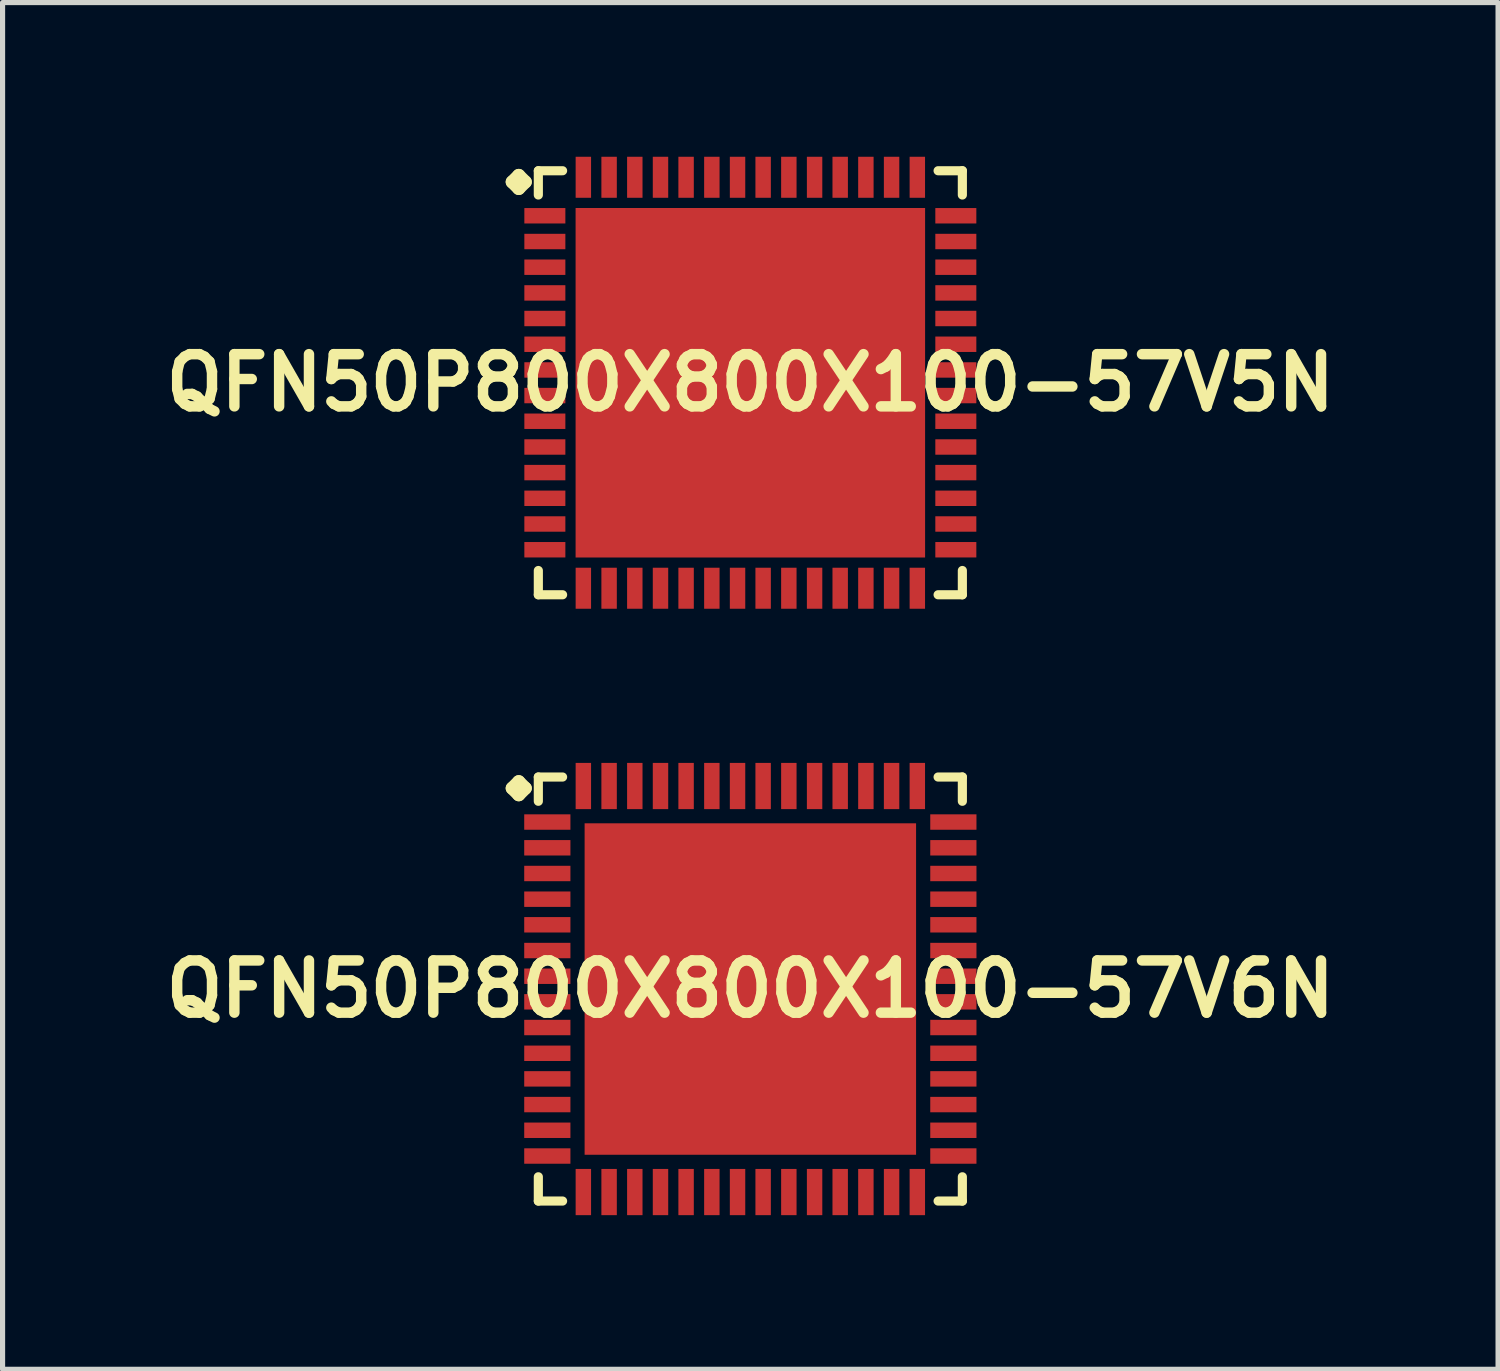
<source format=kicad_pcb>
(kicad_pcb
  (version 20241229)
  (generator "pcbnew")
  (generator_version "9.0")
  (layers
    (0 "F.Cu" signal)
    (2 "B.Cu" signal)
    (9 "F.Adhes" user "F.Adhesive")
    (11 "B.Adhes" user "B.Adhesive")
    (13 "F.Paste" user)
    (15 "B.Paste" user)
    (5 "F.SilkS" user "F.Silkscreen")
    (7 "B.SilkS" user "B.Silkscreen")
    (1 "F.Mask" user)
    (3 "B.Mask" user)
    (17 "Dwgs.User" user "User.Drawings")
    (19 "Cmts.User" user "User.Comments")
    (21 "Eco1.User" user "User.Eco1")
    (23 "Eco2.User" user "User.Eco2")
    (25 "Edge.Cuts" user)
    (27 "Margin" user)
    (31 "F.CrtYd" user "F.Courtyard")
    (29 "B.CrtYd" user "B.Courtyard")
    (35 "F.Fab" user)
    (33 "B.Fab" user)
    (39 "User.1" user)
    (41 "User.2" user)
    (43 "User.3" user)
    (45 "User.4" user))
  (footprint "QFN50P800X800X100-57V5N"
    (layer "F.Cu")
    (at 11.549 4.397)
    (property "Reference" "QFN50P800X800X100-57V5N" (at 0 0 0) (layer "F.SilkS") (effects (font (size 1.016 1.016) (thickness 0.203))))
    (attr smd)
    (fp_line (start -4.633 -3.907) (end -4.506 -4.034) (stroke (width 0.254) (type solid)) (layer "F.SilkS"))
    (fp_line (start -4.506 -4.034) (end -4.379 -3.907) (stroke (width 0.254) (type solid)) (layer "F.SilkS"))
    (fp_line (start -4.506 -3.78) (end -4.633 -3.907) (stroke (width 0.254) (type solid)) (layer "F.SilkS"))
    (fp_line (start -4.379 -3.907) (end -4.506 -3.78) (stroke (width 0.254) (type solid)) (layer "F.SilkS"))
    (fp_line (start -4.125 -4.125) (end -3.653 -4.125) (stroke (width 0.178) (type solid)) (layer "F.SilkS"))
    (fp_line (start -4.125 -3.653) (end -4.125 -4.125) (stroke (width 0.178) (type solid)) (layer "F.SilkS"))
    (fp_line (start -4.125 3.653) (end -4.125 4.125) (stroke (width 0.178) (type solid)) (layer "F.SilkS"))
    (fp_line (start -4.125 4.125) (end -3.653 4.125) (stroke (width 0.178) (type solid)) (layer "F.SilkS"))
    (fp_line (start 3.653 -4.125) (end 4.125 -4.125) (stroke (width 0.178) (type solid)) (layer "F.SilkS"))
    (fp_line (start 3.653 4.125) (end 4.125 4.125) (stroke (width 0.178) (type solid)) (layer "F.SilkS"))
    (fp_line (start 4.125 -4.125) (end 4.125 -3.653) (stroke (width 0.178) (type solid)) (layer "F.SilkS"))
    (fp_line (start 4.125 4.125) (end 4.125 3.653) (stroke (width 0.178) (type solid)) (layer "F.SilkS"))
    (pad "1" smd rect (at -3.998 -3.249) (size 0.798 0.3) (layers "F.Cu" "F.Mask" "F.Paste"))
    (pad "2" smd rect (at -3.998 -2.748) (size 0.798 0.3) (layers "F.Cu" "F.Mask" "F.Paste"))
    (pad "3" smd rect (at -3.998 -2.248) (size 0.798 0.3) (layers "F.Cu" "F.Mask" "F.Paste"))
    (pad "4" smd rect (at -3.998 -1.748) (size 0.798 0.3) (layers "F.Cu" "F.Mask" "F.Paste"))
    (pad "5" smd rect (at -3.998 -1.25) (size 0.798 0.3) (layers "F.Cu" "F.Mask" "F.Paste"))
    (pad "6" smd rect (at -3.998 -0.749) (size 0.798 0.3) (layers "F.Cu" "F.Mask" "F.Paste"))
    (pad "7" smd rect (at -3.998 -0.249) (size 0.798 0.3) (layers "F.Cu" "F.Mask" "F.Paste"))
    (pad "8" smd rect (at -3.998 0.249) (size 0.798 0.3) (layers "F.Cu" "F.Mask" "F.Paste"))
    (pad "9" smd rect (at -3.998 0.749) (size 0.798 0.3) (layers "F.Cu" "F.Mask" "F.Paste"))
    (pad "10" smd rect (at -3.998 1.25) (size 0.798 0.3) (layers "F.Cu" "F.Mask" "F.Paste"))
    (pad "11" smd rect (at -3.998 1.748) (size 0.798 0.3) (layers "F.Cu" "F.Mask" "F.Paste"))
    (pad "12" smd rect (at -3.998 2.248) (size 0.798 0.3) (layers "F.Cu" "F.Mask" "F.Paste"))
    (pad "13" smd rect (at -3.998 2.748) (size 0.798 0.3) (layers "F.Cu" "F.Mask" "F.Paste"))
    (pad "14" smd rect (at -3.998 3.249) (size 0.798 0.3) (layers "F.Cu" "F.Mask" "F.Paste"))
    (pad "15" smd rect (at -3.249 3.998) (size 0.3 0.798) (layers "F.Cu" "F.Mask" "F.Paste"))
    (pad "16" smd rect (at -2.748 3.998) (size 0.3 0.798) (layers "F.Cu" "F.Mask" "F.Paste"))
    (pad "17" smd rect (at -2.248 3.998) (size 0.3 0.798) (layers "F.Cu" "F.Mask" "F.Paste"))
    (pad "18" smd rect (at -1.748 3.998) (size 0.3 0.798) (layers "F.Cu" "F.Mask" "F.Paste"))
    (pad "19" smd rect (at -1.25 3.998) (size 0.3 0.798) (layers "F.Cu" "F.Mask" "F.Paste"))
    (pad "20" smd rect (at -0.749 3.998) (size 0.3 0.798) (layers "F.Cu" "F.Mask" "F.Paste"))
    (pad "21" smd rect (at -0.249 3.998) (size 0.3 0.798) (layers "F.Cu" "F.Mask" "F.Paste"))
    (pad "22" smd rect (at 0.249 3.998) (size 0.3 0.798) (layers "F.Cu" "F.Mask" "F.Paste"))
    (pad "23" smd rect (at 0.749 3.998) (size 0.3 0.798) (layers "F.Cu" "F.Mask" "F.Paste"))
    (pad "24" smd rect (at 1.25 3.998) (size 0.3 0.798) (layers "F.Cu" "F.Mask" "F.Paste"))
    (pad "25" smd rect (at 1.748 3.998) (size 0.3 0.798) (layers "F.Cu" "F.Mask" "F.Paste"))
    (pad "26" smd rect (at 2.248 3.998) (size 0.3 0.798) (layers "F.Cu" "F.Mask" "F.Paste"))
    (pad "27" smd rect (at 2.748 3.998) (size 0.3 0.798) (layers "F.Cu" "F.Mask" "F.Paste"))
    (pad "28" smd rect (at 3.249 3.998) (size 0.3 0.798) (layers "F.Cu" "F.Mask" "F.Paste"))
    (pad "29" smd rect (at 3.998 3.249) (size 0.798 0.3) (layers "F.Cu" "F.Mask" "F.Paste"))
    (pad "30" smd rect (at 3.998 2.748) (size 0.798 0.3) (layers "F.Cu" "F.Mask" "F.Paste"))
    (pad "31" smd rect (at 3.998 2.248) (size 0.798 0.3) (layers "F.Cu" "F.Mask" "F.Paste"))
    (pad "32" smd rect (at 3.998 1.748) (size 0.798 0.3) (layers "F.Cu" "F.Mask" "F.Paste"))
    (pad "33" smd rect (at 3.998 1.25) (size 0.798 0.3) (layers "F.Cu" "F.Mask" "F.Paste"))
    (pad "34" smd rect (at 3.998 0.749) (size 0.798 0.3) (layers "F.Cu" "F.Mask" "F.Paste"))
    (pad "35" smd rect (at 3.998 0.249) (size 0.798 0.3) (layers "F.Cu" "F.Mask" "F.Paste"))
    (pad "36" smd rect (at 3.998 -0.249) (size 0.798 0.3) (layers "F.Cu" "F.Mask" "F.Paste"))
    (pad "37" smd rect (at 3.998 -0.749) (size 0.798 0.3) (layers "F.Cu" "F.Mask" "F.Paste"))
    (pad "38" smd rect (at 3.998 -1.25) (size 0.798 0.3) (layers "F.Cu" "F.Mask" "F.Paste"))
    (pad "39" smd rect (at 3.998 -1.748) (size 0.798 0.3) (layers "F.Cu" "F.Mask" "F.Paste"))
    (pad "40" smd rect (at 3.998 -2.248) (size 0.798 0.3) (layers "F.Cu" "F.Mask" "F.Paste"))
    (pad "41" smd rect (at 3.998 -2.748) (size 0.798 0.3) (layers "F.Cu" "F.Mask" "F.Paste"))
    (pad "42" smd rect (at 3.998 -3.249) (size 0.798 0.3) (layers "F.Cu" "F.Mask" "F.Paste"))
    (pad "43" smd rect (at 3.249 -3.998) (size 0.3 0.798) (layers "F.Cu" "F.Mask" "F.Paste"))
    (pad "44" smd rect (at 2.748 -3.998) (size 0.3 0.798) (layers "F.Cu" "F.Mask" "F.Paste"))
    (pad "45" smd rect (at 2.248 -3.998) (size 0.3 0.798) (layers "F.Cu" "F.Mask" "F.Paste"))
    (pad "46" smd rect (at 1.748 -3.998) (size 0.3 0.798) (layers "F.Cu" "F.Mask" "F.Paste"))
    (pad "47" smd rect (at 1.25 -3.998) (size 0.3 0.798) (layers "F.Cu" "F.Mask" "F.Paste"))
    (pad "48" smd rect (at 0.749 -3.998) (size 0.3 0.798) (layers "F.Cu" "F.Mask" "F.Paste"))
    (pad "49" smd rect (at 0.249 -3.998) (size 0.3 0.798) (layers "F.Cu" "F.Mask" "F.Paste"))
    (pad "50" smd rect (at -0.249 -3.998) (size 0.3 0.798) (layers "F.Cu" "F.Mask" "F.Paste"))
    (pad "51" smd rect (at -0.749 -3.998) (size 0.3 0.798) (layers "F.Cu" "F.Mask" "F.Paste"))
    (pad "52" smd rect (at -1.25 -3.998) (size 0.3 0.798) (layers "F.Cu" "F.Mask" "F.Paste"))
    (pad "53" smd rect (at -1.748 -3.998) (size 0.3 0.798) (layers "F.Cu" "F.Mask" "F.Paste"))
    (pad "54" smd rect (at -2.248 -3.998) (size 0.3 0.798) (layers "F.Cu" "F.Mask" "F.Paste"))
    (pad "55" smd rect (at -2.748 -3.998) (size 0.3 0.798) (layers "F.Cu" "F.Mask" "F.Paste"))
    (pad "56" smd rect (at -3.249 -3.998) (size 0.3 0.798) (layers "F.Cu" "F.Mask" "F.Paste"))
    (pad "57" smd rect (at 0 0) (size 6.8 6.8) (layers "F.Cu" "F.Mask" "F.Paste")))
  (footprint "QFN50P800X800X100-57V6N"
    (layer "F.Cu")
    (at 11.549 16.193)
    (property "Reference" "QFN50P800X800X100-57V6N" (at 0 0 0) (layer "F.SilkS") (effects (font (size 1.016 1.016) (thickness 0.203))))
    (attr smd)
    (fp_line (start -4.633 -3.907) (end -4.506 -4.034) (stroke (width 0.254) (type solid)) (layer "F.SilkS"))
    (fp_line (start -4.506 -4.034) (end -4.379 -3.907) (stroke (width 0.254) (type solid)) (layer "F.SilkS"))
    (fp_line (start -4.506 -3.78) (end -4.633 -3.907) (stroke (width 0.254) (type solid)) (layer "F.SilkS"))
    (fp_line (start -4.379 -3.907) (end -4.506 -3.78) (stroke (width 0.254) (type solid)) (layer "F.SilkS"))
    (fp_line (start -4.125 -4.125) (end -3.653 -4.125) (stroke (width 0.178) (type solid)) (layer "F.SilkS"))
    (fp_line (start -4.125 -3.653) (end -4.125 -4.125) (stroke (width 0.178) (type solid)) (layer "F.SilkS"))
    (fp_line (start -4.125 3.653) (end -4.125 4.125) (stroke (width 0.178) (type solid)) (layer "F.SilkS"))
    (fp_line (start -4.125 4.125) (end -3.653 4.125) (stroke (width 0.178) (type solid)) (layer "F.SilkS"))
    (fp_line (start 3.653 -4.125) (end 4.125 -4.125) (stroke (width 0.178) (type solid)) (layer "F.SilkS"))
    (fp_line (start 3.653 4.125) (end 4.125 4.125) (stroke (width 0.178) (type solid)) (layer "F.SilkS"))
    (fp_line (start 4.125 -4.125) (end 4.125 -3.653) (stroke (width 0.178) (type solid)) (layer "F.SilkS"))
    (fp_line (start 4.125 4.125) (end 4.125 3.653) (stroke (width 0.178) (type solid)) (layer "F.SilkS"))
    (pad "1" smd rect (at -3.95 -3.249) (size 0.899 0.3) (layers "F.Cu" "F.Mask" "F.Paste"))
    (pad "2" smd rect (at -3.95 -2.748) (size 0.899 0.3) (layers "F.Cu" "F.Mask" "F.Paste"))
    (pad "3" smd rect (at -3.95 -2.248) (size 0.899 0.3) (layers "F.Cu" "F.Mask" "F.Paste"))
    (pad "4" smd rect (at -3.95 -1.748) (size 0.899 0.3) (layers "F.Cu" "F.Mask" "F.Paste"))
    (pad "5" smd rect (at -3.95 -1.25) (size 0.899 0.3) (layers "F.Cu" "F.Mask" "F.Paste"))
    (pad "6" smd rect (at -3.95 -0.749) (size 0.899 0.3) (layers "F.Cu" "F.Mask" "F.Paste"))
    (pad "7" smd rect (at -3.95 -0.249) (size 0.899 0.3) (layers "F.Cu" "F.Mask" "F.Paste"))
    (pad "8" smd rect (at -3.95 0.249) (size 0.899 0.3) (layers "F.Cu" "F.Mask" "F.Paste"))
    (pad "9" smd rect (at -3.95 0.749) (size 0.899 0.3) (layers "F.Cu" "F.Mask" "F.Paste"))
    (pad "10" smd rect (at -3.95 1.25) (size 0.899 0.3) (layers "F.Cu" "F.Mask" "F.Paste"))
    (pad "11" smd rect (at -3.95 1.748) (size 0.899 0.3) (layers "F.Cu" "F.Mask" "F.Paste"))
    (pad "12" smd rect (at -3.95 2.248) (size 0.899 0.3) (layers "F.Cu" "F.Mask" "F.Paste"))
    (pad "13" smd rect (at -3.95 2.748) (size 0.899 0.3) (layers "F.Cu" "F.Mask" "F.Paste"))
    (pad "14" smd rect (at -3.95 3.249) (size 0.899 0.3) (layers "F.Cu" "F.Mask" "F.Paste"))
    (pad "15" smd rect (at -3.249 3.95) (size 0.3 0.899) (layers "F.Cu" "F.Mask" "F.Paste"))
    (pad "16" smd rect (at -2.748 3.95) (size 0.3 0.899) (layers "F.Cu" "F.Mask" "F.Paste"))
    (pad "17" smd rect (at -2.248 3.95) (size 0.3 0.899) (layers "F.Cu" "F.Mask" "F.Paste"))
    (pad "18" smd rect (at -1.748 3.95) (size 0.3 0.899) (layers "F.Cu" "F.Mask" "F.Paste"))
    (pad "19" smd rect (at -1.25 3.95) (size 0.3 0.899) (layers "F.Cu" "F.Mask" "F.Paste"))
    (pad "20" smd rect (at -0.749 3.95) (size 0.3 0.899) (layers "F.Cu" "F.Mask" "F.Paste"))
    (pad "21" smd rect (at -0.249 3.95) (size 0.3 0.899) (layers "F.Cu" "F.Mask" "F.Paste"))
    (pad "22" smd rect (at 0.249 3.95) (size 0.3 0.899) (layers "F.Cu" "F.Mask" "F.Paste"))
    (pad "23" smd rect (at 0.749 3.95) (size 0.3 0.899) (layers "F.Cu" "F.Mask" "F.Paste"))
    (pad "24" smd rect (at 1.25 3.95) (size 0.3 0.899) (layers "F.Cu" "F.Mask" "F.Paste"))
    (pad "25" smd rect (at 1.748 3.95) (size 0.3 0.899) (layers "F.Cu" "F.Mask" "F.Paste"))
    (pad "26" smd rect (at 2.248 3.95) (size 0.3 0.899) (layers "F.Cu" "F.Mask" "F.Paste"))
    (pad "27" smd rect (at 2.748 3.95) (size 0.3 0.899) (layers "F.Cu" "F.Mask" "F.Paste"))
    (pad "28" smd rect (at 3.249 3.95) (size 0.3 0.899) (layers "F.Cu" "F.Mask" "F.Paste"))
    (pad "29" smd rect (at 3.95 3.249) (size 0.899 0.3) (layers "F.Cu" "F.Mask" "F.Paste"))
    (pad "30" smd rect (at 3.95 2.748) (size 0.899 0.3) (layers "F.Cu" "F.Mask" "F.Paste"))
    (pad "31" smd rect (at 3.95 2.248) (size 0.899 0.3) (layers "F.Cu" "F.Mask" "F.Paste"))
    (pad "32" smd rect (at 3.95 1.748) (size 0.899 0.3) (layers "F.Cu" "F.Mask" "F.Paste"))
    (pad "33" smd rect (at 3.95 1.25) (size 0.899 0.3) (layers "F.Cu" "F.Mask" "F.Paste"))
    (pad "34" smd rect (at 3.95 0.749) (size 0.899 0.3) (layers "F.Cu" "F.Mask" "F.Paste"))
    (pad "35" smd rect (at 3.95 0.249) (size 0.899 0.3) (layers "F.Cu" "F.Mask" "F.Paste"))
    (pad "36" smd rect (at 3.95 -0.249) (size 0.899 0.3) (layers "F.Cu" "F.Mask" "F.Paste"))
    (pad "37" smd rect (at 3.95 -0.749) (size 0.899 0.3) (layers "F.Cu" "F.Mask" "F.Paste"))
    (pad "38" smd rect (at 3.95 -1.25) (size 0.899 0.3) (layers "F.Cu" "F.Mask" "F.Paste"))
    (pad "39" smd rect (at 3.95 -1.748) (size 0.899 0.3) (layers "F.Cu" "F.Mask" "F.Paste"))
    (pad "40" smd rect (at 3.95 -2.248) (size 0.899 0.3) (layers "F.Cu" "F.Mask" "F.Paste"))
    (pad "41" smd rect (at 3.95 -2.748) (size 0.899 0.3) (layers "F.Cu" "F.Mask" "F.Paste"))
    (pad "42" smd rect (at 3.95 -3.249) (size 0.899 0.3) (layers "F.Cu" "F.Mask" "F.Paste"))
    (pad "43" smd rect (at 3.249 -3.95) (size 0.3 0.899) (layers "F.Cu" "F.Mask" "F.Paste"))
    (pad "44" smd rect (at 2.748 -3.95) (size 0.3 0.899) (layers "F.Cu" "F.Mask" "F.Paste"))
    (pad "45" smd rect (at 2.248 -3.95) (size 0.3 0.899) (layers "F.Cu" "F.Mask" "F.Paste"))
    (pad "46" smd rect (at 1.748 -3.95) (size 0.3 0.899) (layers "F.Cu" "F.Mask" "F.Paste"))
    (pad "47" smd rect (at 1.25 -3.95) (size 0.3 0.899) (layers "F.Cu" "F.Mask" "F.Paste"))
    (pad "48" smd rect (at 0.749 -3.95) (size 0.3 0.899) (layers "F.Cu" "F.Mask" "F.Paste"))
    (pad "49" smd rect (at 0.249 -3.95) (size 0.3 0.899) (layers "F.Cu" "F.Mask" "F.Paste"))
    (pad "50" smd rect (at -0.249 -3.95) (size 0.3 0.899) (layers "F.Cu" "F.Mask" "F.Paste"))
    (pad "51" smd rect (at -0.749 -3.95) (size 0.3 0.899) (layers "F.Cu" "F.Mask" "F.Paste"))
    (pad "52" smd rect (at -1.25 -3.95) (size 0.3 0.899) (layers "F.Cu" "F.Mask" "F.Paste"))
    (pad "53" smd rect (at -1.748 -3.95) (size 0.3 0.899) (layers "F.Cu" "F.Mask" "F.Paste"))
    (pad "54" smd rect (at -2.248 -3.95) (size 0.3 0.899) (layers "F.Cu" "F.Mask" "F.Paste"))
    (pad "55" smd rect (at -2.748 -3.95) (size 0.3 0.899) (layers "F.Cu" "F.Mask" "F.Paste"))
    (pad "56" smd rect (at -3.249 -3.95) (size 0.3 0.899) (layers "F.Cu" "F.Mask" "F.Paste"))
    (pad "57" smd rect (at 0 0) (size 6.449 6.449) (layers "F.Cu" "F.Mask" "F.Paste")))
  (gr_rect
    (start -3 -3)
    (end 26.097 23.592)
    (stroke (width 0.1) (type default))
    (fill no)
    (layer "Edge.Cuts")))
</source>
